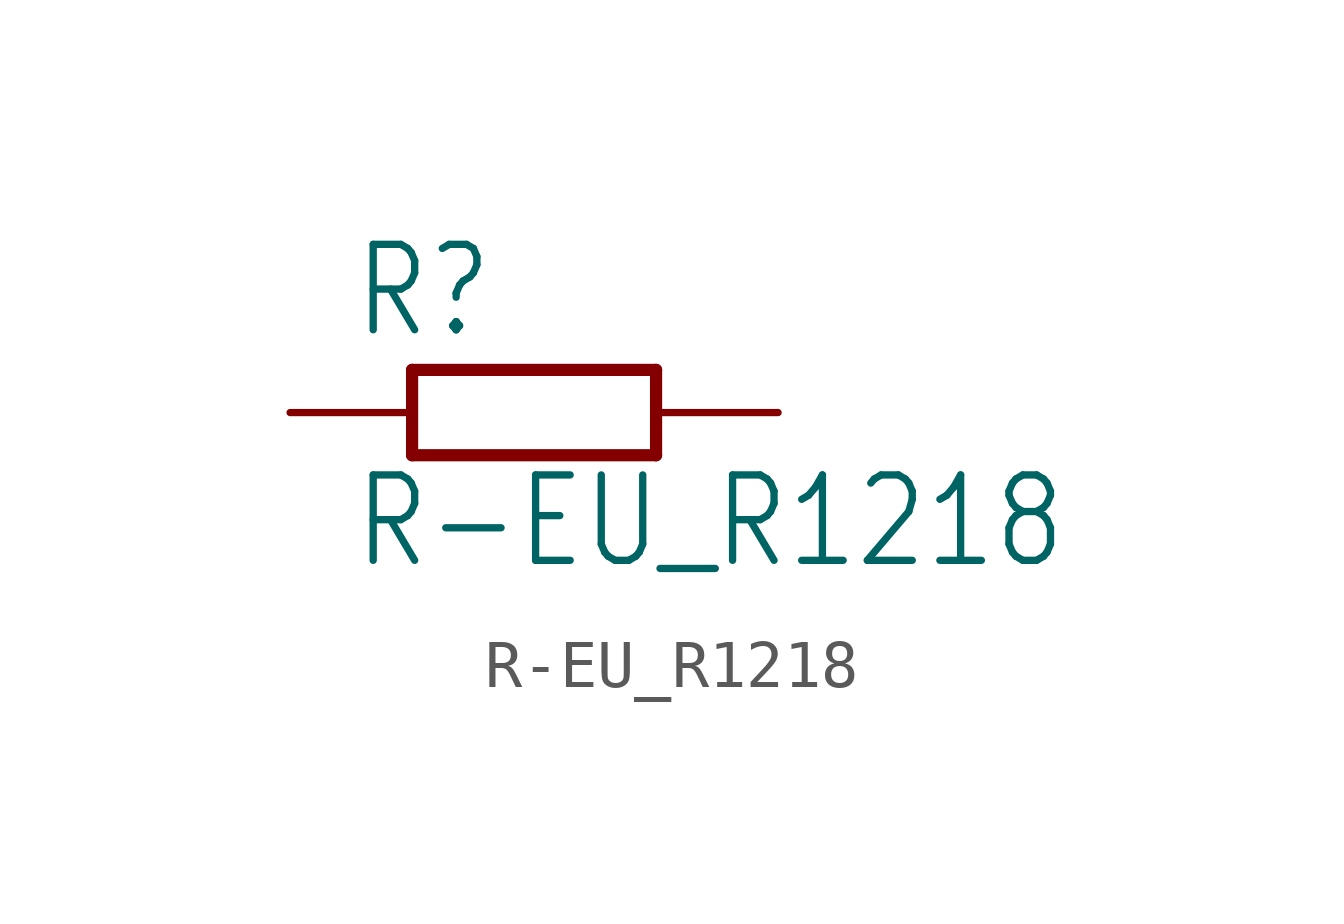
<source format=kicad_sym>
(kicad_symbol_lib
  (version 20231120)
  (generator "kicad_symbol_editor")
  (generator_version "8.0")
  (symbol "R-EU_R1218"
    (property "Reference" "R"
      (at -3.81 1.499 0)
      (effects (font (size 1.778 1.511)) (justify left bottom)))
    (property "Value" "R-EU_R1218"
      (at -3.81 -3.302 0)
      (effects (font (size 1.778 1.511)) (justify left bottom)))
    (property "ki_locked" ""
      (at 0 0 0)
      (effects (font (size 1.27 1.27))))
    (symbol "R-EU_R1218_1_0"
      (polyline (pts (xy -2.54 -0.889) (xy -2.54 0.889)) (stroke (width 0.254) (type default)) (fill (type none)))
      (polyline (pts (xy -2.54 -0.889) (xy 2.54 -0.889)) (stroke (width 0.254) (type default)) (fill (type none)))
      (polyline (pts (xy 2.54 -0.889) (xy 2.54 0.889)) (stroke (width 0.254) (type default)) (fill (type none)))
      (polyline (pts (xy 2.54 0.889) (xy -2.54 0.889)) (stroke (width 0.254) (type default)) (fill (type none)))
      (pin passive line (at -5.08 0 0) (length 2.54) (name "1" (effects (font (size 0 0)))) (number "1" (effects (font (size 0 0)))))
      (pin passive line (at 5.08 0 180) (length 2.54) (name "2" (effects (font (size 0 0)))) (number "2" (effects (font (size 0 0))))))))
</source>
